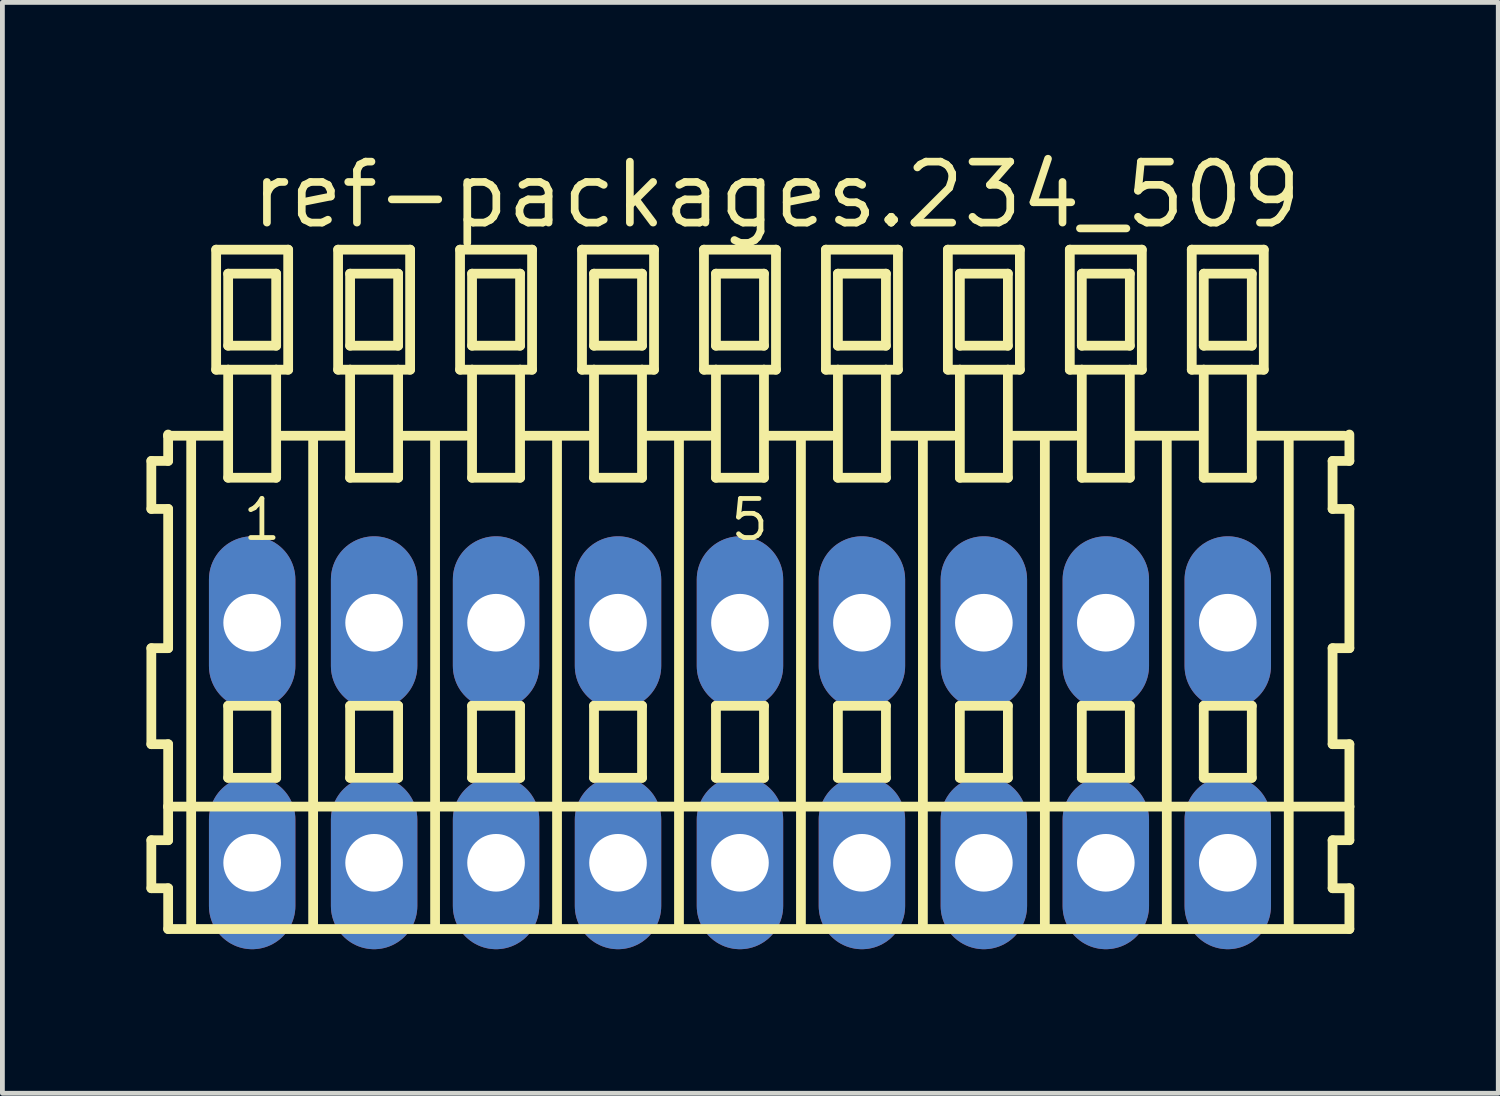
<source format=kicad_pcb>
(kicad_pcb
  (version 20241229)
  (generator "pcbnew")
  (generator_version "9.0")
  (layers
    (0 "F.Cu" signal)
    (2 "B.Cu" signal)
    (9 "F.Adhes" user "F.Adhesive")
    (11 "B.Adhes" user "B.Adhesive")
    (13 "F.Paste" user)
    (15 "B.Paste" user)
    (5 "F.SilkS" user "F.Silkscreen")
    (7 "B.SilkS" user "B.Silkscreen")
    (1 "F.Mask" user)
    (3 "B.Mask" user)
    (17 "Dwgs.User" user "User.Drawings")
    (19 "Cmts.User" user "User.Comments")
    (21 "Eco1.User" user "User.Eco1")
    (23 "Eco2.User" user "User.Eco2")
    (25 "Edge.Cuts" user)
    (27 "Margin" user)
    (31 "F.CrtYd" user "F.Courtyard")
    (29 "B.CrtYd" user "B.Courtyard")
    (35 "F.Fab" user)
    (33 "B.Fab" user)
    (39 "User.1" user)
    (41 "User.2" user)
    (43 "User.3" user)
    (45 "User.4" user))
  (footprint "ref-packages.234_509"
    (layer "F.Cu")
    (at 12.362 12.42)
    (property "Reference" "ref-packages.234_509" (at -10.26 -10.67 0) (layer "F.SilkS") (effects (font (size 1.27 1.27) (thickness 0.16)) (justify left bottom)))
    (attr through_hole)
    (fp_line (start -12.26 -5.87) (end -12.26 -4.87) (stroke (width 0.203) (type default)) (layer "F.SilkS"))
    (fp_line (start -12.26 -4.87) (end -11.91 -4.87) (stroke (width 0.203) (type default)) (layer "F.SilkS"))
    (fp_line (start -12.26 -1.97) (end -12.26 0.03) (stroke (width 0.203) (type default)) (layer "F.SilkS"))
    (fp_line (start -12.26 0.03) (end -11.91 0.03) (stroke (width 0.203) (type default)) (layer "F.SilkS"))
    (fp_line (start -12.26 2.03) (end -12.26 3.03) (stroke (width 0.203) (type default)) (layer "F.SilkS"))
    (fp_line (start -12.26 3.03) (end -11.91 3.03) (stroke (width 0.203) (type default)) (layer "F.SilkS"))
    (fp_line (start -11.91 -6.42) (end -11.91 -6.395) (stroke (width 0.203) (type default)) (layer "F.SilkS"))
    (fp_line (start -11.91 -6.395) (end -11.91 -5.87) (stroke (width 0.203) (type default)) (layer "F.SilkS"))
    (fp_line (start -11.91 -6.395) (end -10.785 -6.395) (stroke (width 0.203) (type default)) (layer "F.SilkS"))
    (fp_line (start -11.91 -5.87) (end -12.26 -5.87) (stroke (width 0.203) (type default)) (layer "F.SilkS"))
    (fp_line (start -11.91 -4.87) (end -11.91 -1.97) (stroke (width 0.203) (type default)) (layer "F.SilkS"))
    (fp_line (start -11.91 -1.97) (end -12.26 -1.97) (stroke (width 0.203) (type default)) (layer "F.SilkS"))
    (fp_line (start -11.91 0.03) (end -11.91 1.33) (stroke (width 0.203) (type default)) (layer "F.SilkS"))
    (fp_line (start -11.91 1.33) (end -11.91 2.03) (stroke (width 0.203) (type default)) (layer "F.SilkS"))
    (fp_line (start -11.91 1.33) (end 12.693 1.33) (stroke (width 0.203) (type default)) (layer "F.SilkS"))
    (fp_line (start -11.91 2.03) (end -12.26 2.03) (stroke (width 0.203) (type default)) (layer "F.SilkS"))
    (fp_line (start -11.91 3.03) (end -11.91 3.88) (stroke (width 0.203) (type default)) (layer "F.SilkS"))
    (fp_line (start -11.91 3.88) (end 12.693 3.88) (stroke (width 0.203) (type default)) (layer "F.SilkS"))
    (fp_line (start -11.43 3.83) (end -11.43 -6.33) (stroke (width 0.203) (type default)) (layer "F.SilkS"))
    (fp_line (start -10.91 -10.27) (end -10.91 -7.77) (stroke (width 0.203) (type default)) (layer "F.SilkS"))
    (fp_line (start -10.91 -7.77) (end -10.66 -7.77) (stroke (width 0.203) (type default)) (layer "F.SilkS"))
    (fp_line (start -10.66 -9.77) (end -10.66 -8.27) (stroke (width 0.203) (type default)) (layer "F.SilkS"))
    (fp_line (start -10.66 -8.27) (end -9.66 -8.27) (stroke (width 0.203) (type default)) (layer "F.SilkS"))
    (fp_line (start -10.66 -7.77) (end -10.66 -5.52) (stroke (width 0.203) (type default)) (layer "F.SilkS"))
    (fp_line (start -10.66 -7.77) (end -9.66 -7.77) (stroke (width 0.203) (type default)) (layer "F.SilkS"))
    (fp_line (start -10.66 -5.52) (end -9.66 -5.52) (stroke (width 0.203) (type default)) (layer "F.SilkS"))
    (fp_line (start -10.66 -0.77) (end -10.66 0.73) (stroke (width 0.203) (type default)) (layer "F.SilkS"))
    (fp_line (start -10.66 0.73) (end -9.66 0.73) (stroke (width 0.203) (type default)) (layer "F.SilkS"))
    (fp_line (start -9.66 -9.77) (end -10.66 -9.77) (stroke (width 0.203) (type default)) (layer "F.SilkS"))
    (fp_line (start -9.66 -8.27) (end -9.66 -9.77) (stroke (width 0.203) (type default)) (layer "F.SilkS"))
    (fp_line (start -9.66 -7.77) (end -9.41 -7.77) (stroke (width 0.203) (type default)) (layer "F.SilkS"))
    (fp_line (start -9.66 -5.52) (end -9.66 -7.77) (stroke (width 0.203) (type default)) (layer "F.SilkS"))
    (fp_line (start -9.66 -0.77) (end -10.66 -0.77) (stroke (width 0.203) (type default)) (layer "F.SilkS"))
    (fp_line (start -9.66 0.73) (end -9.66 -0.77) (stroke (width 0.203) (type default)) (layer "F.SilkS"))
    (fp_line (start -9.624 -6.395) (end -8.245 -6.395) (stroke (width 0.203) (type default)) (layer "F.SilkS"))
    (fp_line (start -9.41 -10.27) (end -10.91 -10.27) (stroke (width 0.203) (type default)) (layer "F.SilkS"))
    (fp_line (start -9.41 -7.77) (end -9.41 -10.27) (stroke (width 0.203) (type default)) (layer "F.SilkS"))
    (fp_line (start -8.89 3.83) (end -8.89 -6.33) (stroke (width 0.203) (type default)) (layer "F.SilkS"))
    (fp_line (start -8.37 -10.27) (end -8.37 -7.77) (stroke (width 0.203) (type default)) (layer "F.SilkS"))
    (fp_line (start -8.37 -7.77) (end -8.12 -7.77) (stroke (width 0.203) (type default)) (layer "F.SilkS"))
    (fp_line (start -8.12 -9.77) (end -8.12 -8.27) (stroke (width 0.203) (type default)) (layer "F.SilkS"))
    (fp_line (start -8.12 -8.27) (end -7.12 -8.27) (stroke (width 0.203) (type default)) (layer "F.SilkS"))
    (fp_line (start -8.12 -7.77) (end -8.12 -5.52) (stroke (width 0.203) (type default)) (layer "F.SilkS"))
    (fp_line (start -8.12 -7.77) (end -7.12 -7.77) (stroke (width 0.203) (type default)) (layer "F.SilkS"))
    (fp_line (start -8.12 -5.52) (end -7.12 -5.52) (stroke (width 0.203) (type default)) (layer "F.SilkS"))
    (fp_line (start -8.12 -0.77) (end -8.12 0.73) (stroke (width 0.203) (type default)) (layer "F.SilkS"))
    (fp_line (start -8.12 0.73) (end -7.12 0.73) (stroke (width 0.203) (type default)) (layer "F.SilkS"))
    (fp_line (start -7.12 -9.77) (end -8.12 -9.77) (stroke (width 0.203) (type default)) (layer "F.SilkS"))
    (fp_line (start -7.12 -8.27) (end -7.12 -9.77) (stroke (width 0.203) (type default)) (layer "F.SilkS"))
    (fp_line (start -7.12 -7.77) (end -6.87 -7.77) (stroke (width 0.203) (type default)) (layer "F.SilkS"))
    (fp_line (start -7.12 -5.52) (end -7.12 -7.77) (stroke (width 0.203) (type default)) (layer "F.SilkS"))
    (fp_line (start -7.12 -0.77) (end -8.12 -0.77) (stroke (width 0.203) (type default)) (layer "F.SilkS"))
    (fp_line (start -7.12 0.73) (end -7.12 -0.77) (stroke (width 0.203) (type default)) (layer "F.SilkS"))
    (fp_line (start -7.084 -6.395) (end -5.705 -6.395) (stroke (width 0.203) (type default)) (layer "F.SilkS"))
    (fp_line (start -6.87 -10.27) (end -8.37 -10.27) (stroke (width 0.203) (type default)) (layer "F.SilkS"))
    (fp_line (start -6.87 -7.77) (end -6.87 -10.27) (stroke (width 0.203) (type default)) (layer "F.SilkS"))
    (fp_line (start -6.35 3.83) (end -6.35 -6.33) (stroke (width 0.203) (type default)) (layer "F.SilkS"))
    (fp_line (start -5.83 -10.27) (end -5.83 -7.77) (stroke (width 0.203) (type default)) (layer "F.SilkS"))
    (fp_line (start -5.83 -7.77) (end -5.58 -7.77) (stroke (width 0.203) (type default)) (layer "F.SilkS"))
    (fp_line (start -5.58 -9.77) (end -5.58 -8.27) (stroke (width 0.203) (type default)) (layer "F.SilkS"))
    (fp_line (start -5.58 -8.27) (end -4.58 -8.27) (stroke (width 0.203) (type default)) (layer "F.SilkS"))
    (fp_line (start -5.58 -7.77) (end -5.58 -5.52) (stroke (width 0.203) (type default)) (layer "F.SilkS"))
    (fp_line (start -5.58 -7.77) (end -4.58 -7.77) (stroke (width 0.203) (type default)) (layer "F.SilkS"))
    (fp_line (start -5.58 -5.52) (end -4.58 -5.52) (stroke (width 0.203) (type default)) (layer "F.SilkS"))
    (fp_line (start -5.58 -0.77) (end -5.58 0.73) (stroke (width 0.203) (type default)) (layer "F.SilkS"))
    (fp_line (start -5.58 0.73) (end -4.58 0.73) (stroke (width 0.203) (type default)) (layer "F.SilkS"))
    (fp_line (start -4.58 -9.77) (end -5.58 -9.77) (stroke (width 0.203) (type default)) (layer "F.SilkS"))
    (fp_line (start -4.58 -8.27) (end -4.58 -9.77) (stroke (width 0.203) (type default)) (layer "F.SilkS"))
    (fp_line (start -4.58 -7.77) (end -4.33 -7.77) (stroke (width 0.203) (type default)) (layer "F.SilkS"))
    (fp_line (start -4.58 -5.52) (end -4.58 -7.77) (stroke (width 0.203) (type default)) (layer "F.SilkS"))
    (fp_line (start -4.58 -0.77) (end -5.58 -0.77) (stroke (width 0.203) (type default)) (layer "F.SilkS"))
    (fp_line (start -4.58 0.73) (end -4.58 -0.77) (stroke (width 0.203) (type default)) (layer "F.SilkS"))
    (fp_line (start -4.544 -6.395) (end -3.165 -6.395) (stroke (width 0.203) (type default)) (layer "F.SilkS"))
    (fp_line (start -4.33 -10.27) (end -5.83 -10.27) (stroke (width 0.203) (type default)) (layer "F.SilkS"))
    (fp_line (start -4.33 -7.77) (end -4.33 -10.27) (stroke (width 0.203) (type default)) (layer "F.SilkS"))
    (fp_line (start -3.81 3.83) (end -3.81 -6.33) (stroke (width 0.203) (type default)) (layer "F.SilkS"))
    (fp_line (start -3.29 -10.27) (end -3.29 -7.77) (stroke (width 0.203) (type default)) (layer "F.SilkS"))
    (fp_line (start -3.29 -7.77) (end -3.04 -7.77) (stroke (width 0.203) (type default)) (layer "F.SilkS"))
    (fp_line (start -3.04 -9.77) (end -3.04 -8.27) (stroke (width 0.203) (type default)) (layer "F.SilkS"))
    (fp_line (start -3.04 -8.27) (end -2.04 -8.27) (stroke (width 0.203) (type default)) (layer "F.SilkS"))
    (fp_line (start -3.04 -7.77) (end -3.04 -5.52) (stroke (width 0.203) (type default)) (layer "F.SilkS"))
    (fp_line (start -3.04 -7.77) (end -2.04 -7.77) (stroke (width 0.203) (type default)) (layer "F.SilkS"))
    (fp_line (start -3.04 -5.52) (end -2.04 -5.52) (stroke (width 0.203) (type default)) (layer "F.SilkS"))
    (fp_line (start -3.04 -0.77) (end -3.04 0.73) (stroke (width 0.203) (type default)) (layer "F.SilkS"))
    (fp_line (start -3.04 0.73) (end -2.04 0.73) (stroke (width 0.203) (type default)) (layer "F.SilkS"))
    (fp_line (start -2.04 -9.77) (end -3.04 -9.77) (stroke (width 0.203) (type default)) (layer "F.SilkS"))
    (fp_line (start -2.04 -8.27) (end -2.04 -9.77) (stroke (width 0.203) (type default)) (layer "F.SilkS"))
    (fp_line (start -2.04 -7.77) (end -1.79 -7.77) (stroke (width 0.203) (type default)) (layer "F.SilkS"))
    (fp_line (start -2.04 -5.52) (end -2.04 -7.77) (stroke (width 0.203) (type default)) (layer "F.SilkS"))
    (fp_line (start -2.04 -0.77) (end -3.04 -0.77) (stroke (width 0.203) (type default)) (layer "F.SilkS"))
    (fp_line (start -2.04 0.73) (end -2.04 -0.77) (stroke (width 0.203) (type default)) (layer "F.SilkS"))
    (fp_line (start -2.004 -6.395) (end -0.625 -6.395) (stroke (width 0.203) (type default)) (layer "F.SilkS"))
    (fp_line (start -1.79 -10.27) (end -3.29 -10.27) (stroke (width 0.203) (type default)) (layer "F.SilkS"))
    (fp_line (start -1.79 -7.77) (end -1.79 -10.27) (stroke (width 0.203) (type default)) (layer "F.SilkS"))
    (fp_line (start -1.27 3.83) (end -1.27 -6.33) (stroke (width 0.203) (type default)) (layer "F.SilkS"))
    (fp_line (start -0.75 -10.27) (end -0.75 -7.77) (stroke (width 0.203) (type default)) (layer "F.SilkS"))
    (fp_line (start -0.75 -7.77) (end -0.5 -7.77) (stroke (width 0.203) (type default)) (layer "F.SilkS"))
    (fp_line (start -0.5 -9.77) (end -0.5 -8.27) (stroke (width 0.203) (type default)) (layer "F.SilkS"))
    (fp_line (start -0.5 -8.27) (end 0.5 -8.27) (stroke (width 0.203) (type default)) (layer "F.SilkS"))
    (fp_line (start -0.5 -7.77) (end -0.5 -5.52) (stroke (width 0.203) (type default)) (layer "F.SilkS"))
    (fp_line (start -0.5 -7.77) (end 0.5 -7.77) (stroke (width 0.203) (type default)) (layer "F.SilkS"))
    (fp_line (start -0.5 -5.52) (end 0.5 -5.52) (stroke (width 0.203) (type default)) (layer "F.SilkS"))
    (fp_line (start -0.5 -0.77) (end -0.5 0.73) (stroke (width 0.203) (type default)) (layer "F.SilkS"))
    (fp_line (start -0.5 0.73) (end 0.5 0.73) (stroke (width 0.203) (type default)) (layer "F.SilkS"))
    (fp_line (start 0.5 -9.77) (end -0.5 -9.77) (stroke (width 0.203) (type default)) (layer "F.SilkS"))
    (fp_line (start 0.5 -8.27) (end 0.5 -9.77) (stroke (width 0.203) (type default)) (layer "F.SilkS"))
    (fp_line (start 0.5 -7.77) (end 0.75 -7.77) (stroke (width 0.203) (type default)) (layer "F.SilkS"))
    (fp_line (start 0.5 -5.52) (end 0.5 -7.77) (stroke (width 0.203) (type default)) (layer "F.SilkS"))
    (fp_line (start 0.5 -0.77) (end -0.5 -0.77) (stroke (width 0.203) (type default)) (layer "F.SilkS"))
    (fp_line (start 0.5 0.73) (end 0.5 -0.77) (stroke (width 0.203) (type default)) (layer "F.SilkS"))
    (fp_line (start 0.536 -6.395) (end 1.915 -6.395) (stroke (width 0.203) (type default)) (layer "F.SilkS"))
    (fp_line (start 0.75 -10.27) (end -0.75 -10.27) (stroke (width 0.203) (type default)) (layer "F.SilkS"))
    (fp_line (start 0.75 -7.77) (end 0.75 -10.27) (stroke (width 0.203) (type default)) (layer "F.SilkS"))
    (fp_line (start 1.27 3.83) (end 1.27 -6.33) (stroke (width 0.203) (type default)) (layer "F.SilkS"))
    (fp_line (start 1.79 -10.27) (end 1.79 -7.77) (stroke (width 0.203) (type default)) (layer "F.SilkS"))
    (fp_line (start 1.79 -7.77) (end 2.04 -7.77) (stroke (width 0.203) (type default)) (layer "F.SilkS"))
    (fp_line (start 2.04 -9.77) (end 2.04 -8.27) (stroke (width 0.203) (type default)) (layer "F.SilkS"))
    (fp_line (start 2.04 -8.27) (end 3.04 -8.27) (stroke (width 0.203) (type default)) (layer "F.SilkS"))
    (fp_line (start 2.04 -7.77) (end 2.04 -5.52) (stroke (width 0.203) (type default)) (layer "F.SilkS"))
    (fp_line (start 2.04 -7.77) (end 3.04 -7.77) (stroke (width 0.203) (type default)) (layer "F.SilkS"))
    (fp_line (start 2.04 -5.52) (end 3.04 -5.52) (stroke (width 0.203) (type default)) (layer "F.SilkS"))
    (fp_line (start 2.04 -0.77) (end 2.04 0.73) (stroke (width 0.203) (type default)) (layer "F.SilkS"))
    (fp_line (start 2.04 0.73) (end 3.04 0.73) (stroke (width 0.203) (type default)) (layer "F.SilkS"))
    (fp_line (start 3.04 -9.77) (end 2.04 -9.77) (stroke (width 0.203) (type default)) (layer "F.SilkS"))
    (fp_line (start 3.04 -8.27) (end 3.04 -9.77) (stroke (width 0.203) (type default)) (layer "F.SilkS"))
    (fp_line (start 3.04 -7.77) (end 3.29 -7.77) (stroke (width 0.203) (type default)) (layer "F.SilkS"))
    (fp_line (start 3.04 -5.52) (end 3.04 -7.77) (stroke (width 0.203) (type default)) (layer "F.SilkS"))
    (fp_line (start 3.04 -0.77) (end 2.04 -0.77) (stroke (width 0.203) (type default)) (layer "F.SilkS"))
    (fp_line (start 3.04 0.73) (end 3.04 -0.77) (stroke (width 0.203) (type default)) (layer "F.SilkS"))
    (fp_line (start 3.076 -6.395) (end 4.455 -6.395) (stroke (width 0.203) (type default)) (layer "F.SilkS"))
    (fp_line (start 3.29 -10.27) (end 1.79 -10.27) (stroke (width 0.203) (type default)) (layer "F.SilkS"))
    (fp_line (start 3.29 -7.77) (end 3.29 -10.27) (stroke (width 0.203) (type default)) (layer "F.SilkS"))
    (fp_line (start 3.81 3.83) (end 3.81 -6.33) (stroke (width 0.203) (type default)) (layer "F.SilkS"))
    (fp_line (start 4.33 -10.27) (end 4.33 -7.77) (stroke (width 0.203) (type default)) (layer "F.SilkS"))
    (fp_line (start 4.33 -7.77) (end 4.58 -7.77) (stroke (width 0.203) (type default)) (layer "F.SilkS"))
    (fp_line (start 4.58 -9.77) (end 4.58 -8.27) (stroke (width 0.203) (type default)) (layer "F.SilkS"))
    (fp_line (start 4.58 -8.27) (end 5.58 -8.27) (stroke (width 0.203) (type default)) (layer "F.SilkS"))
    (fp_line (start 4.58 -7.77) (end 4.58 -5.52) (stroke (width 0.203) (type default)) (layer "F.SilkS"))
    (fp_line (start 4.58 -7.77) (end 5.58 -7.77) (stroke (width 0.203) (type default)) (layer "F.SilkS"))
    (fp_line (start 4.58 -5.52) (end 5.58 -5.52) (stroke (width 0.203) (type default)) (layer "F.SilkS"))
    (fp_line (start 4.58 -0.77) (end 4.58 0.73) (stroke (width 0.203) (type default)) (layer "F.SilkS"))
    (fp_line (start 4.58 0.73) (end 5.58 0.73) (stroke (width 0.203) (type default)) (layer "F.SilkS"))
    (fp_line (start 5.58 -9.77) (end 4.58 -9.77) (stroke (width 0.203) (type default)) (layer "F.SilkS"))
    (fp_line (start 5.58 -8.27) (end 5.58 -9.77) (stroke (width 0.203) (type default)) (layer "F.SilkS"))
    (fp_line (start 5.58 -7.77) (end 5.83 -7.77) (stroke (width 0.203) (type default)) (layer "F.SilkS"))
    (fp_line (start 5.58 -5.52) (end 5.58 -7.77) (stroke (width 0.203) (type default)) (layer "F.SilkS"))
    (fp_line (start 5.58 -0.77) (end 4.58 -0.77) (stroke (width 0.203) (type default)) (layer "F.SilkS"))
    (fp_line (start 5.58 0.73) (end 5.58 -0.77) (stroke (width 0.203) (type default)) (layer "F.SilkS"))
    (fp_line (start 5.616 -6.395) (end 6.995 -6.395) (stroke (width 0.203) (type default)) (layer "F.SilkS"))
    (fp_line (start 5.83 -10.27) (end 4.33 -10.27) (stroke (width 0.203) (type default)) (layer "F.SilkS"))
    (fp_line (start 5.83 -7.77) (end 5.83 -10.27) (stroke (width 0.203) (type default)) (layer "F.SilkS"))
    (fp_line (start 6.35 3.83) (end 6.35 -6.33) (stroke (width 0.203) (type default)) (layer "F.SilkS"))
    (fp_line (start 6.87 -10.27) (end 6.87 -7.77) (stroke (width 0.203) (type default)) (layer "F.SilkS"))
    (fp_line (start 6.87 -7.77) (end 7.12 -7.77) (stroke (width 0.203) (type default)) (layer "F.SilkS"))
    (fp_line (start 7.12 -9.77) (end 7.12 -8.27) (stroke (width 0.203) (type default)) (layer "F.SilkS"))
    (fp_line (start 7.12 -8.27) (end 8.12 -8.27) (stroke (width 0.203) (type default)) (layer "F.SilkS"))
    (fp_line (start 7.12 -7.77) (end 7.12 -5.52) (stroke (width 0.203) (type default)) (layer "F.SilkS"))
    (fp_line (start 7.12 -7.77) (end 8.12 -7.77) (stroke (width 0.203) (type default)) (layer "F.SilkS"))
    (fp_line (start 7.12 -5.52) (end 8.12 -5.52) (stroke (width 0.203) (type default)) (layer "F.SilkS"))
    (fp_line (start 7.12 -0.77) (end 7.12 0.73) (stroke (width 0.203) (type default)) (layer "F.SilkS"))
    (fp_line (start 7.12 0.73) (end 8.12 0.73) (stroke (width 0.203) (type default)) (layer "F.SilkS"))
    (fp_line (start 8.12 -9.77) (end 7.12 -9.77) (stroke (width 0.203) (type default)) (layer "F.SilkS"))
    (fp_line (start 8.12 -8.27) (end 8.12 -9.77) (stroke (width 0.203) (type default)) (layer "F.SilkS"))
    (fp_line (start 8.12 -7.77) (end 8.37 -7.77) (stroke (width 0.203) (type default)) (layer "F.SilkS"))
    (fp_line (start 8.12 -5.52) (end 8.12 -7.77) (stroke (width 0.203) (type default)) (layer "F.SilkS"))
    (fp_line (start 8.12 -0.77) (end 7.12 -0.77) (stroke (width 0.203) (type default)) (layer "F.SilkS"))
    (fp_line (start 8.12 0.73) (end 8.12 -0.77) (stroke (width 0.203) (type default)) (layer "F.SilkS"))
    (fp_line (start 8.156 -6.395) (end 9.535 -6.395) (stroke (width 0.203) (type default)) (layer "F.SilkS"))
    (fp_line (start 8.37 -10.27) (end 6.87 -10.27) (stroke (width 0.203) (type default)) (layer "F.SilkS"))
    (fp_line (start 8.37 -7.77) (end 8.37 -10.27) (stroke (width 0.203) (type default)) (layer "F.SilkS"))
    (fp_line (start 8.89 3.83) (end 8.89 -6.33) (stroke (width 0.203) (type default)) (layer "F.SilkS"))
    (fp_line (start 9.41 -10.27) (end 9.41 -7.77) (stroke (width 0.203) (type default)) (layer "F.SilkS"))
    (fp_line (start 9.41 -7.77) (end 9.66 -7.77) (stroke (width 0.203) (type default)) (layer "F.SilkS"))
    (fp_line (start 9.66 -9.77) (end 9.66 -8.27) (stroke (width 0.203) (type default)) (layer "F.SilkS"))
    (fp_line (start 9.66 -8.27) (end 10.66 -8.27) (stroke (width 0.203) (type default)) (layer "F.SilkS"))
    (fp_line (start 9.66 -7.77) (end 9.66 -5.52) (stroke (width 0.203) (type default)) (layer "F.SilkS"))
    (fp_line (start 9.66 -7.77) (end 10.66 -7.77) (stroke (width 0.203) (type default)) (layer "F.SilkS"))
    (fp_line (start 9.66 -5.52) (end 10.66 -5.52) (stroke (width 0.203) (type default)) (layer "F.SilkS"))
    (fp_line (start 9.66 -0.77) (end 9.66 0.73) (stroke (width 0.203) (type default)) (layer "F.SilkS"))
    (fp_line (start 9.66 0.73) (end 10.66 0.73) (stroke (width 0.203) (type default)) (layer "F.SilkS"))
    (fp_line (start 10.66 -9.77) (end 9.66 -9.77) (stroke (width 0.203) (type default)) (layer "F.SilkS"))
    (fp_line (start 10.66 -8.27) (end 10.66 -9.77) (stroke (width 0.203) (type default)) (layer "F.SilkS"))
    (fp_line (start 10.66 -7.77) (end 10.91 -7.77) (stroke (width 0.203) (type default)) (layer "F.SilkS"))
    (fp_line (start 10.66 -5.52) (end 10.66 -7.77) (stroke (width 0.203) (type default)) (layer "F.SilkS"))
    (fp_line (start 10.66 -0.77) (end 9.66 -0.77) (stroke (width 0.203) (type default)) (layer "F.SilkS"))
    (fp_line (start 10.66 0.73) (end 10.66 -0.77) (stroke (width 0.203) (type default)) (layer "F.SilkS"))
    (fp_line (start 10.696 -6.395) (end 12.583 -6.395) (stroke (width 0.203) (type default)) (layer "F.SilkS"))
    (fp_line (start 10.91 -10.27) (end 9.41 -10.27) (stroke (width 0.203) (type default)) (layer "F.SilkS"))
    (fp_line (start 10.91 -7.77) (end 10.91 -10.27) (stroke (width 0.203) (type default)) (layer "F.SilkS"))
    (fp_line (start 11.43 3.83) (end 11.43 -6.33) (stroke (width 0.203) (type default)) (layer "F.SilkS"))
    (fp_line (start 12.343 -5.87) (end 12.343 -4.87) (stroke (width 0.203) (type default)) (layer "F.SilkS"))
    (fp_line (start 12.343 -4.87) (end 12.693 -4.87) (stroke (width 0.203) (type default)) (layer "F.SilkS"))
    (fp_line (start 12.343 -1.97) (end 12.343 0.03) (stroke (width 0.203) (type default)) (layer "F.SilkS"))
    (fp_line (start 12.343 0.03) (end 12.693 0.03) (stroke (width 0.203) (type default)) (layer "F.SilkS"))
    (fp_line (start 12.343 2.03) (end 12.343 3.03) (stroke (width 0.203) (type default)) (layer "F.SilkS"))
    (fp_line (start 12.343 3.03) (end 12.693 3.03) (stroke (width 0.203) (type default)) (layer "F.SilkS"))
    (fp_line (start 12.693 -5.87) (end 12.343 -5.87) (stroke (width 0.203) (type default)) (layer "F.SilkS"))
    (fp_line (start 12.693 -5.87) (end 12.693 -6.42) (stroke (width 0.203) (type default)) (layer "F.SilkS"))
    (fp_line (start 12.693 -1.97) (end 12.343 -1.97) (stroke (width 0.203) (type default)) (layer "F.SilkS"))
    (fp_line (start 12.693 -1.97) (end 12.693 -4.87) (stroke (width 0.203) (type default)) (layer "F.SilkS"))
    (fp_line (start 12.693 1.33) (end 12.693 0.03) (stroke (width 0.203) (type default)) (layer "F.SilkS"))
    (fp_line (start 12.693 2.03) (end 12.343 2.03) (stroke (width 0.203) (type default)) (layer "F.SilkS"))
    (fp_line (start 12.693 2.03) (end 12.693 1.33) (stroke (width 0.203) (type default)) (layer "F.SilkS"))
    (fp_line (start 12.693 3.88) (end 12.693 3.03) (stroke (width 0.203) (type default)) (layer "F.SilkS"))
    (fp_text user "1" (at -10.41 -4.17 0) (layer "F.SilkS") (effects (font (size 0.813 0.813) (thickness 0.1)) (justify left bottom)))
    (fp_text user "5" (at -0.25 -4.17 0) (layer "F.SilkS") (effects (font (size 0.813 0.813) (thickness 0.1)) (justify left bottom)))
    (pad "A1" thru_hole oval (at -10.16 -2.5 90) (size 3.6 1.8) (drill 1.2) (layers "*.Cu" "*.Mask"))
    (pad "A2" thru_hole oval (at -7.62 -2.5 90) (size 3.6 1.8) (drill 1.2) (layers "*.Cu" "*.Mask"))
    (pad "A3" thru_hole oval (at -5.08 -2.5 90) (size 3.6 1.8) (drill 1.2) (layers "*.Cu" "*.Mask"))
    (pad "A4" thru_hole oval (at -2.54 -2.5 90) (size 3.6 1.8) (drill 1.2) (layers "*.Cu" "*.Mask"))
    (pad "A5" thru_hole oval (at 0 -2.5 90) (size 3.6 1.8) (drill 1.2) (layers "*.Cu" "*.Mask"))
    (pad "A6" thru_hole oval (at 2.54 -2.5 90) (size 3.6 1.8) (drill 1.2) (layers "*.Cu" "*.Mask"))
    (pad "A7" thru_hole oval (at 5.08 -2.5 90) (size 3.6 1.8) (drill 1.2) (layers "*.Cu" "*.Mask"))
    (pad "A8" thru_hole oval (at 7.62 -2.5 90) (size 3.6 1.8) (drill 1.2) (layers "*.Cu" "*.Mask"))
    (pad "A9" thru_hole oval (at 10.16 -2.5 90) (size 3.6 1.8) (drill 1.2) (layers "*.Cu" "*.Mask"))
    (pad "B1" thru_hole oval (at -10.16 2.5 90) (size 3.6 1.8) (drill 1.2) (layers "*.Cu" "*.Mask"))
    (pad "B2" thru_hole oval (at -7.62 2.5 90) (size 3.6 1.8) (drill 1.2) (layers "*.Cu" "*.Mask"))
    (pad "B3" thru_hole oval (at -5.08 2.5 90) (size 3.6 1.8) (drill 1.2) (layers "*.Cu" "*.Mask"))
    (pad "B4" thru_hole oval (at -2.54 2.5 90) (size 3.6 1.8) (drill 1.2) (layers "*.Cu" "*.Mask"))
    (pad "B5" thru_hole oval (at 0 2.5 90) (size 3.6 1.8) (drill 1.2) (layers "*.Cu" "*.Mask"))
    (pad "B6" thru_hole oval (at 2.54 2.5 90) (size 3.6 1.8) (drill 1.2) (layers "*.Cu" "*.Mask"))
    (pad "B7" thru_hole oval (at 5.08 2.5 90) (size 3.6 1.8) (drill 1.2) (layers "*.Cu" "*.Mask"))
    (pad "B8" thru_hole oval (at 7.62 2.5 90) (size 3.6 1.8) (drill 1.2) (layers "*.Cu" "*.Mask"))
    (pad "B9" thru_hole oval (at 10.16 2.5 90) (size 3.6 1.8) (drill 1.2) (layers "*.Cu" "*.Mask")))
  (gr_rect
    (start -3 -3)
    (end 28.156 19.72)
    (stroke (width 0.1) (type default))
    (fill no)
    (layer "Edge.Cuts")))
</source>
